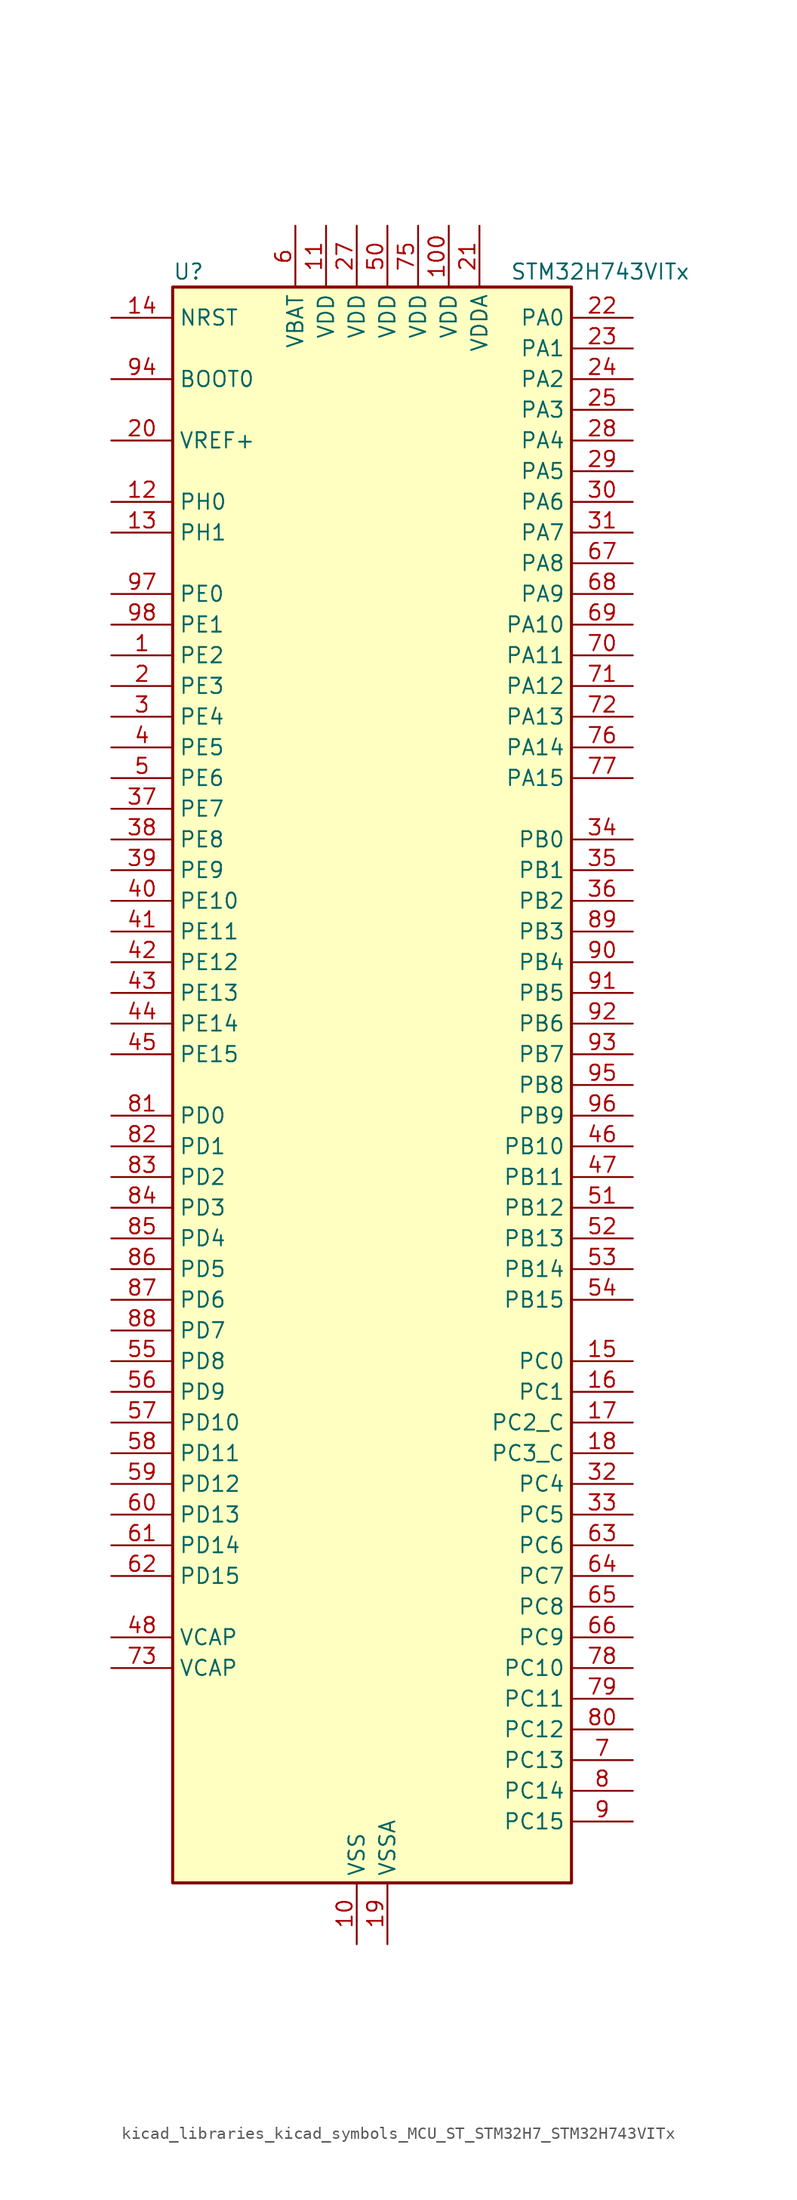
<source format=kicad_sym>
(kicad_symbol_lib
  (version 20220914)
  (generator kicad_symbol_editor)
  (symbol "kicad_libraries_kicad_symbols_MCU_ST_STM32H7_STM32H743VITx"
    (property "Reference" "U"
      (at -15.24 67.31 0)
      (effects (font (size 1.27 1.27)) (justify left)))
    (property "Value" "STM32H743VITx"
      (at 12.7 67.31 0)
      (effects (font (size 1.27 1.27)) (justify left)))
    (property "ki_locked" ""
      (at 0 0 0)
      (effects (font (size 1.27 1.27))))
    (symbol "kicad_libraries_kicad_symbols_MCU_ST_STM32H7_STM32H743VITx_0_1"
      (rectangle (start -15.24 -66.04) (end 17.78 66.04) (stroke (width 0.254) (type default)) (fill (type background))))
    (symbol "kicad_libraries_kicad_symbols_MCU_ST_STM32H7_STM32H743VITx_1_1"
      (pin bidirectional line (at -20.32 35.56 0) (length 5.08) (name "PE2" (effects (font (size 1.27 1.27)))) (number "1" (effects (font (size 1.27 1.27)))) (alternate "DEBUG_TRACECLK" bidirectional line) (alternate "ETH_TXD3" bidirectional line) (alternate "FMC_A23" bidirectional line) (alternate "QUADSPI_BK1_IO2" bidirectional line) (alternate "SAI1_CK1" bidirectional line) (alternate "SAI1_MCLK_A" bidirectional line) (alternate "SAI4_CK1" bidirectional line) (alternate "SAI4_MCLK_A" bidirectional line) (alternate "SPI4_SCK" bidirectional line))
      (pin power_in line (at 0 -71.12 90) (length 5.08) (name "VSS" (effects (font (size 1.27 1.27)))) (number "10" (effects (font (size 1.27 1.27)))))
      (pin power_in line (at 7.62 71.12 270) (length 5.08) (name "VDD" (effects (font (size 1.27 1.27)))) (number "100" (effects (font (size 1.27 1.27)))))
      (pin power_in line (at -2.54 71.12 270) (length 5.08) (name "VDD" (effects (font (size 1.27 1.27)))) (number "11" (effects (font (size 1.27 1.27)))))
      (pin bidirectional line (at -20.32 48.26 0) (length 5.08) (name "PH0" (effects (font (size 1.27 1.27)))) (number "12" (effects (font (size 1.27 1.27)))) (alternate "RCC_OSC_IN" bidirectional line))
      (pin bidirectional line (at -20.32 45.72 0) (length 5.08) (name "PH1" (effects (font (size 1.27 1.27)))) (number "13" (effects (font (size 1.27 1.27)))) (alternate "RCC_OSC_OUT" bidirectional line))
      (pin input line (at -20.32 63.5 0) (length 5.08) (name "NRST" (effects (font (size 1.27 1.27)))) (number "14" (effects (font (size 1.27 1.27)))))
      (pin bidirectional line (at 22.86 -22.86 180) (length 5.08) (name "PC0" (effects (font (size 1.27 1.27)))) (number "15" (effects (font (size 1.27 1.27)))) (alternate "ADC1_INP10" bidirectional line) (alternate "ADC2_INP10" bidirectional line) (alternate "ADC3_INP10" bidirectional line) (alternate "DFSDM1_CKIN0" bidirectional line) (alternate "DFSDM1_DATIN4" bidirectional line) (alternate "FMC_SDNWE" bidirectional line) (alternate "LTDC_R5" bidirectional line) (alternate "SAI2_FS_B" bidirectional line) (alternate "USB_OTG_HS_ULPI_STP" bidirectional line))
      (pin bidirectional line (at 22.86 -25.4 180) (length 5.08) (name "PC1" (effects (font (size 1.27 1.27)))) (number "16" (effects (font (size 1.27 1.27)))) (alternate "ADC1_INN10" bidirectional line) (alternate "ADC1_INP11" bidirectional line) (alternate "ADC2_INN10" bidirectional line) (alternate "ADC2_INP11" bidirectional line) (alternate "ADC3_INN10" bidirectional line) (alternate "ADC3_INP11" bidirectional line) (alternate "DEBUG_TRACED0" bidirectional line) (alternate "DFSDM1_CKIN4" bidirectional line) (alternate "DFSDM1_DATIN0" bidirectional line) (alternate "ETH_MDC" bidirectional line) (alternate "I2S2_SDO" bidirectional line) (alternate "MDIOS_MDC" bidirectional line) (alternate "PWR_WKUP5" bidirectional line) (alternate "RTC_TAMP3" bidirectional line) (alternate "SAI1_D1" bidirectional line) (alternate "SAI1_SD_A" bidirectional line) (alternate "SAI4_D1" bidirectional line) (alternate "SAI4_SD_A" bidirectional line) (alternate "SDMMC2_CK" bidirectional line) (alternate "SPI2_MOSI" bidirectional line))
      (pin bidirectional line (at 22.86 -27.94 180) (length 5.08) (name "PC2_C" (effects (font (size 1.27 1.27)))) (number "17" (effects (font (size 1.27 1.27)))) (alternate "ADC3_INN1" bidirectional line) (alternate "ADC3_INP0" bidirectional line) (alternate "DFSDM1_CKIN1" bidirectional line) (alternate "DFSDM1_CKOUT" bidirectional line) (alternate "ETH_TXD2" bidirectional line) (alternate "FMC_SDNE0" bidirectional line) (alternate "I2S2_SDI" bidirectional line) (alternate "PWR_CSTOP" bidirectional line) (alternate "SPI2_MISO" bidirectional line) (alternate "USB_OTG_HS_ULPI_DIR" bidirectional line))
      (pin bidirectional line (at 22.86 -30.48 180) (length 5.08) (name "PC3_C" (effects (font (size 1.27 1.27)))) (number "18" (effects (font (size 1.27 1.27)))) (alternate "ADC3_INP1" bidirectional line) (alternate "DFSDM1_DATIN1" bidirectional line) (alternate "ETH_TX_CLK" bidirectional line) (alternate "FMC_SDCKE0" bidirectional line) (alternate "I2S2_SDO" bidirectional line) (alternate "PWR_CSLEEP" bidirectional line) (alternate "SPI2_MOSI" bidirectional line) (alternate "USB_OTG_HS_ULPI_NXT" bidirectional line))
      (pin power_in line (at 2.54 -71.12 90) (length 5.08) (name "VSSA" (effects (font (size 1.27 1.27)))) (number "19" (effects (font (size 1.27 1.27)))))
      (pin bidirectional line (at -20.32 33.02 0) (length 5.08) (name "PE3" (effects (font (size 1.27 1.27)))) (number "2" (effects (font (size 1.27 1.27)))) (alternate "DEBUG_TRACED0" bidirectional line) (alternate "FMC_A19" bidirectional line) (alternate "SAI1_SD_B" bidirectional line) (alternate "SAI4_SD_B" bidirectional line) (alternate "TIM15_BKIN" bidirectional line))
      (pin input line (at -20.32 53.34 0) (length 5.08) (name "VREF+" (effects (font (size 1.27 1.27)))) (number "20" (effects (font (size 1.27 1.27)))) (alternate "VREFBUF_OUT" bidirectional line))
      (pin power_in line (at 10.16 71.12 270) (length 5.08) (name "VDDA" (effects (font (size 1.27 1.27)))) (number "21" (effects (font (size 1.27 1.27)))))
      (pin bidirectional line (at 22.86 63.5 180) (length 5.08) (name "PA0" (effects (font (size 1.27 1.27)))) (number "22" (effects (font (size 1.27 1.27)))) (alternate "ADC1_INP16" bidirectional line) (alternate "ETH_CRS" bidirectional line) (alternate "PWR_WKUP0" bidirectional line) (alternate "SAI2_SD_B" bidirectional line) (alternate "SDMMC2_CMD" bidirectional line) (alternate "TIM15_BKIN" bidirectional line) (alternate "TIM2_CH1" bidirectional line) (alternate "TIM2_ETR" bidirectional line) (alternate "TIM5_CH1" bidirectional line) (alternate "TIM8_ETR" bidirectional line) (alternate "UART4_TX" bidirectional line) (alternate "USART2_CTS" bidirectional line) (alternate "USART2_NSS" bidirectional line))
      (pin bidirectional line (at 22.86 60.96 180) (length 5.08) (name "PA1" (effects (font (size 1.27 1.27)))) (number "23" (effects (font (size 1.27 1.27)))) (alternate "ADC1_INN16" bidirectional line) (alternate "ADC1_INP17" bidirectional line) (alternate "ETH_REF_CLK" bidirectional line) (alternate "ETH_RX_CLK" bidirectional line) (alternate "LPTIM3_OUT" bidirectional line) (alternate "LTDC_R2" bidirectional line) (alternate "QUADSPI_BK1_IO3" bidirectional line) (alternate "SAI2_MCLK_B" bidirectional line) (alternate "TIM15_CH1N" bidirectional line) (alternate "TIM2_CH2" bidirectional line) (alternate "TIM5_CH2" bidirectional line) (alternate "UART4_RX" bidirectional line) (alternate "USART2_DE" bidirectional line) (alternate "USART2_RTS" bidirectional line))
      (pin bidirectional line (at 22.86 58.42 180) (length 5.08) (name "PA2" (effects (font (size 1.27 1.27)))) (number "24" (effects (font (size 1.27 1.27)))) (alternate "ADC1_INP14" bidirectional line) (alternate "ADC2_INP14" bidirectional line) (alternate "ETH_MDIO" bidirectional line) (alternate "LPTIM4_OUT" bidirectional line) (alternate "LTDC_R1" bidirectional line) (alternate "MDIOS_MDIO" bidirectional line) (alternate "PWR_WKUP1" bidirectional line) (alternate "SAI2_SCK_B" bidirectional line) (alternate "TIM15_CH1" bidirectional line) (alternate "TIM2_CH3" bidirectional line) (alternate "TIM5_CH3" bidirectional line) (alternate "USART2_TX" bidirectional line))
      (pin bidirectional line (at 22.86 55.88 180) (length 5.08) (name "PA3" (effects (font (size 1.27 1.27)))) (number "25" (effects (font (size 1.27 1.27)))) (alternate "ADC1_INP15" bidirectional line) (alternate "ADC2_INP15" bidirectional line) (alternate "ETH_COL" bidirectional line) (alternate "LPTIM5_OUT" bidirectional line) (alternate "LTDC_B2" bidirectional line) (alternate "LTDC_B5" bidirectional line) (alternate "TIM15_CH2" bidirectional line) (alternate "TIM2_CH4" bidirectional line) (alternate "TIM5_CH4" bidirectional line) (alternate "USART2_RX" bidirectional line) (alternate "USB_OTG_HS_ULPI_D0" bidirectional line))
      (pin passive line (at 0 -71.12 90) (length 5.08) hide (name "VSS" (effects (font (size 1.27 1.27)))) (number "26" (effects (font (size 1.27 1.27)))))
      (pin power_in line (at 0 71.12 270) (length 5.08) (name "VDD" (effects (font (size 1.27 1.27)))) (number "27" (effects (font (size 1.27 1.27)))))
      (pin bidirectional line (at 22.86 53.34 180) (length 5.08) (name "PA4" (effects (font (size 1.27 1.27)))) (number "28" (effects (font (size 1.27 1.27)))) (alternate "ADC1_INP18" bidirectional line) (alternate "ADC2_INP18" bidirectional line) (alternate "DAC1_OUT1" bidirectional line) (alternate "DCMI_HSYNC" bidirectional line) (alternate "I2S1_WS" bidirectional line) (alternate "I2S3_WS" bidirectional line) (alternate "LTDC_VSYNC" bidirectional line) (alternate "SPI1_NSS" bidirectional line) (alternate "SPI3_NSS" bidirectional line) (alternate "SPI6_NSS" bidirectional line) (alternate "TIM5_ETR" bidirectional line) (alternate "USART2_CK" bidirectional line) (alternate "USB_OTG_HS_SOF" bidirectional line))
      (pin bidirectional line (at 22.86 50.8 180) (length 5.08) (name "PA5" (effects (font (size 1.27 1.27)))) (number "29" (effects (font (size 1.27 1.27)))) (alternate "ADC1_INN18" bidirectional line) (alternate "ADC1_INP19" bidirectional line) (alternate "ADC2_INN18" bidirectional line) (alternate "ADC2_INP19" bidirectional line) (alternate "DAC1_OUT2" bidirectional line) (alternate "I2S1_CK" bidirectional line) (alternate "LTDC_R4" bidirectional line) (alternate "PWR_NDSTOP2" bidirectional line) (alternate "SPI1_SCK" bidirectional line) (alternate "SPI6_SCK" bidirectional line) (alternate "TIM2_CH1" bidirectional line) (alternate "TIM2_ETR" bidirectional line) (alternate "TIM8_CH1N" bidirectional line) (alternate "USB_OTG_HS_ULPI_CK" bidirectional line))
      (pin bidirectional line (at -20.32 30.48 0) (length 5.08) (name "PE4" (effects (font (size 1.27 1.27)))) (number "3" (effects (font (size 1.27 1.27)))) (alternate "DCMI_D4" bidirectional line) (alternate "DEBUG_TRACED1" bidirectional line) (alternate "DFSDM1_DATIN3" bidirectional line) (alternate "FMC_A20" bidirectional line) (alternate "LTDC_B0" bidirectional line) (alternate "SAI1_D2" bidirectional line) (alternate "SAI1_FS_A" bidirectional line) (alternate "SAI4_D2" bidirectional line) (alternate "SAI4_FS_A" bidirectional line) (alternate "SPI4_NSS" bidirectional line) (alternate "TIM15_CH1N" bidirectional line))
      (pin bidirectional line (at 22.86 48.26 180) (length 5.08) (name "PA6" (effects (font (size 1.27 1.27)))) (number "30" (effects (font (size 1.27 1.27)))) (alternate "ADC1_INP3" bidirectional line) (alternate "ADC2_INP3" bidirectional line) (alternate "DCMI_PIXCLK" bidirectional line) (alternate "I2S1_SDI" bidirectional line) (alternate "LTDC_G2" bidirectional line) (alternate "MDIOS_MDC" bidirectional line) (alternate "SPI1_MISO" bidirectional line) (alternate "SPI6_MISO" bidirectional line) (alternate "TIM13_CH1" bidirectional line) (alternate "TIM1_BKIN" bidirectional line) (alternate "TIM1_BKIN_COMP1" bidirectional line) (alternate "TIM1_BKIN_COMP2" bidirectional line) (alternate "TIM3_CH1" bidirectional line) (alternate "TIM8_BKIN" bidirectional line) (alternate "TIM8_BKIN_COMP1" bidirectional line) (alternate "TIM8_BKIN_COMP2" bidirectional line))
      (pin bidirectional line (at 22.86 45.72 180) (length 5.08) (name "PA7" (effects (font (size 1.27 1.27)))) (number "31" (effects (font (size 1.27 1.27)))) (alternate "ADC1_INN3" bidirectional line) (alternate "ADC1_INP7" bidirectional line) (alternate "ADC2_INN3" bidirectional line) (alternate "ADC2_INP7" bidirectional line) (alternate "ETH_CRS_DV" bidirectional line) (alternate "ETH_RX_DV" bidirectional line) (alternate "FMC_SDNWE" bidirectional line) (alternate "I2S1_SDO" bidirectional line) (alternate "OPAMP1_VINM" bidirectional line) (alternate "OPAMP1_VINM1" bidirectional line) (alternate "SPI1_MOSI" bidirectional line) (alternate "SPI6_MOSI" bidirectional line) (alternate "TIM14_CH1" bidirectional line) (alternate "TIM1_CH1N" bidirectional line) (alternate "TIM3_CH2" bidirectional line) (alternate "TIM8_CH1N" bidirectional line))
      (pin bidirectional line (at 22.86 -33.02 180) (length 5.08) (name "PC4" (effects (font (size 1.27 1.27)))) (number "32" (effects (font (size 1.27 1.27)))) (alternate "ADC1_INP4" bidirectional line) (alternate "ADC2_INP4" bidirectional line) (alternate "COMP1_INM" bidirectional line) (alternate "DFSDM1_CKIN2" bidirectional line) (alternate "ETH_RXD0" bidirectional line) (alternate "FMC_SDNE0" bidirectional line) (alternate "I2S1_MCK" bidirectional line) (alternate "OPAMP1_VOUT" bidirectional line) (alternate "SPDIFRX1_IN2" bidirectional line))
      (pin bidirectional line (at 22.86 -35.56 180) (length 5.08) (name "PC5" (effects (font (size 1.27 1.27)))) (number "33" (effects (font (size 1.27 1.27)))) (alternate "ADC1_INN4" bidirectional line) (alternate "ADC1_INP8" bidirectional line) (alternate "ADC2_INN4" bidirectional line) (alternate "ADC2_INP8" bidirectional line) (alternate "COMP1_OUT" bidirectional line) (alternate "DFSDM1_DATIN2" bidirectional line) (alternate "ETH_RXD1" bidirectional line) (alternate "FMC_SDCKE0" bidirectional line) (alternate "OPAMP1_VINM" bidirectional line) (alternate "OPAMP1_VINM0" bidirectional line) (alternate "SAI1_D3" bidirectional line) (alternate "SAI4_D3" bidirectional line) (alternate "SPDIFRX1_IN3" bidirectional line))
      (pin bidirectional line (at 22.86 20.32 180) (length 5.08) (name "PB0" (effects (font (size 1.27 1.27)))) (number "34" (effects (font (size 1.27 1.27)))) (alternate "ADC1_INN5" bidirectional line) (alternate "ADC1_INP9" bidirectional line) (alternate "ADC2_INN5" bidirectional line) (alternate "ADC2_INP9" bidirectional line) (alternate "COMP1_INP" bidirectional line) (alternate "DFSDM1_CKOUT" bidirectional line) (alternate "ETH_RXD2" bidirectional line) (alternate "LTDC_G1" bidirectional line) (alternate "LTDC_R3" bidirectional line) (alternate "OPAMP1_VINP" bidirectional line) (alternate "TIM1_CH2N" bidirectional line) (alternate "TIM3_CH3" bidirectional line) (alternate "TIM8_CH2N" bidirectional line) (alternate "UART4_CTS" bidirectional line) (alternate "USB_OTG_HS_ULPI_D1" bidirectional line))
      (pin bidirectional line (at 22.86 17.78 180) (length 5.08) (name "PB1" (effects (font (size 1.27 1.27)))) (number "35" (effects (font (size 1.27 1.27)))) (alternate "ADC1_INP5" bidirectional line) (alternate "ADC2_INP5" bidirectional line) (alternate "COMP1_INM" bidirectional line) (alternate "DFSDM1_DATIN1" bidirectional line) (alternate "ETH_RXD3" bidirectional line) (alternate "LTDC_G0" bidirectional line) (alternate "LTDC_R6" bidirectional line) (alternate "TIM1_CH3N" bidirectional line) (alternate "TIM3_CH4" bidirectional line) (alternate "TIM8_CH3N" bidirectional line) (alternate "USB_OTG_HS_ULPI_D2" bidirectional line))
      (pin bidirectional line (at 22.86 15.24 180) (length 5.08) (name "PB2" (effects (font (size 1.27 1.27)))) (number "36" (effects (font (size 1.27 1.27)))) (alternate "COMP1_INP" bidirectional line) (alternate "DFSDM1_CKIN1" bidirectional line) (alternate "I2S3_SDO" bidirectional line) (alternate "QUADSPI_CLK" bidirectional line) (alternate "RTC_OUT_ALARM" bidirectional line) (alternate "RTC_OUT_CALIB" bidirectional line) (alternate "SAI1_D1" bidirectional line) (alternate "SAI1_SD_A" bidirectional line) (alternate "SAI4_D1" bidirectional line) (alternate "SAI4_SD_A" bidirectional line) (alternate "SPI3_MOSI" bidirectional line))
      (pin bidirectional line (at -20.32 22.86 0) (length 5.08) (name "PE7" (effects (font (size 1.27 1.27)))) (number "37" (effects (font (size 1.27 1.27)))) (alternate "COMP2_INM" bidirectional line) (alternate "DFSDM1_DATIN2" bidirectional line) (alternate "FMC_D4" bidirectional line) (alternate "FMC_DA4" bidirectional line) (alternate "OPAMP2_VOUT" bidirectional line) (alternate "QUADSPI_BK2_IO0" bidirectional line) (alternate "TIM1_ETR" bidirectional line) (alternate "UART7_RX" bidirectional line))
      (pin bidirectional line (at -20.32 20.32 0) (length 5.08) (name "PE8" (effects (font (size 1.27 1.27)))) (number "38" (effects (font (size 1.27 1.27)))) (alternate "COMP2_OUT" bidirectional line) (alternate "DFSDM1_CKIN2" bidirectional line) (alternate "FMC_D5" bidirectional line) (alternate "FMC_DA5" bidirectional line) (alternate "OPAMP2_VINM" bidirectional line) (alternate "OPAMP2_VINM0" bidirectional line) (alternate "QUADSPI_BK2_IO1" bidirectional line) (alternate "TIM1_CH1N" bidirectional line) (alternate "UART7_TX" bidirectional line))
      (pin bidirectional line (at -20.32 17.78 0) (length 5.08) (name "PE9" (effects (font (size 1.27 1.27)))) (number "39" (effects (font (size 1.27 1.27)))) (alternate "COMP2_INP" bidirectional line) (alternate "DAC1_EXTI9" bidirectional line) (alternate "DFSDM1_CKOUT" bidirectional line) (alternate "FMC_D6" bidirectional line) (alternate "FMC_DA6" bidirectional line) (alternate "OPAMP2_VINP" bidirectional line) (alternate "QUADSPI_BK2_IO2" bidirectional line) (alternate "TIM1_CH1" bidirectional line) (alternate "UART7_DE" bidirectional line) (alternate "UART7_RTS" bidirectional line))
      (pin bidirectional line (at -20.32 27.94 0) (length 5.08) (name "PE5" (effects (font (size 1.27 1.27)))) (number "4" (effects (font (size 1.27 1.27)))) (alternate "DCMI_D6" bidirectional line) (alternate "DEBUG_TRACED2" bidirectional line) (alternate "DFSDM1_CKIN3" bidirectional line) (alternate "FMC_A21" bidirectional line) (alternate "LTDC_G0" bidirectional line) (alternate "SAI1_CK2" bidirectional line) (alternate "SAI1_SCK_A" bidirectional line) (alternate "SAI4_CK2" bidirectional line) (alternate "SAI4_SCK_A" bidirectional line) (alternate "SPI4_MISO" bidirectional line) (alternate "TIM15_CH1" bidirectional line))
      (pin bidirectional line (at -20.32 15.24 0) (length 5.08) (name "PE10" (effects (font (size 1.27 1.27)))) (number "40" (effects (font (size 1.27 1.27)))) (alternate "COMP2_INM" bidirectional line) (alternate "DFSDM1_DATIN4" bidirectional line) (alternate "FMC_D7" bidirectional line) (alternate "FMC_DA7" bidirectional line) (alternate "QUADSPI_BK2_IO3" bidirectional line) (alternate "TIM1_CH2N" bidirectional line) (alternate "UART7_CTS" bidirectional line))
      (pin bidirectional line (at -20.32 12.7 0) (length 5.08) (name "PE11" (effects (font (size 1.27 1.27)))) (number "41" (effects (font (size 1.27 1.27)))) (alternate "ADC1_EXTI11" bidirectional line) (alternate "ADC2_EXTI11" bidirectional line) (alternate "ADC3_EXTI11" bidirectional line) (alternate "COMP2_INP" bidirectional line) (alternate "DFSDM1_CKIN4" bidirectional line) (alternate "FMC_D8" bidirectional line) (alternate "FMC_DA8" bidirectional line) (alternate "LTDC_G3" bidirectional line) (alternate "SAI2_SD_B" bidirectional line) (alternate "SPI4_NSS" bidirectional line) (alternate "TIM1_CH2" bidirectional line))
      (pin bidirectional line (at -20.32 10.16 0) (length 5.08) (name "PE12" (effects (font (size 1.27 1.27)))) (number "42" (effects (font (size 1.27 1.27)))) (alternate "COMP1_OUT" bidirectional line) (alternate "DFSDM1_DATIN5" bidirectional line) (alternate "FMC_D9" bidirectional line) (alternate "FMC_DA9" bidirectional line) (alternate "LTDC_B4" bidirectional line) (alternate "SAI2_SCK_B" bidirectional line) (alternate "SPI4_SCK" bidirectional line) (alternate "TIM1_CH3N" bidirectional line))
      (pin bidirectional line (at -20.32 7.62 0) (length 5.08) (name "PE13" (effects (font (size 1.27 1.27)))) (number "43" (effects (font (size 1.27 1.27)))) (alternate "COMP2_OUT" bidirectional line) (alternate "DFSDM1_CKIN5" bidirectional line) (alternate "FMC_D10" bidirectional line) (alternate "FMC_DA10" bidirectional line) (alternate "LTDC_DE" bidirectional line) (alternate "SAI2_FS_B" bidirectional line) (alternate "SPI4_MISO" bidirectional line) (alternate "TIM1_CH3" bidirectional line))
      (pin bidirectional line (at -20.32 5.08 0) (length 5.08) (name "PE14" (effects (font (size 1.27 1.27)))) (number "44" (effects (font (size 1.27 1.27)))) (alternate "FMC_D11" bidirectional line) (alternate "FMC_DA11" bidirectional line) (alternate "LTDC_CLK" bidirectional line) (alternate "SAI2_MCLK_B" bidirectional line) (alternate "SPI4_MOSI" bidirectional line) (alternate "TIM1_CH4" bidirectional line))
      (pin bidirectional line (at -20.32 2.54 0) (length 5.08) (name "PE15" (effects (font (size 1.27 1.27)))) (number "45" (effects (font (size 1.27 1.27)))) (alternate "ADC1_EXTI15" bidirectional line) (alternate "ADC2_EXTI15" bidirectional line) (alternate "ADC3_EXTI15" bidirectional line) (alternate "FMC_D12" bidirectional line) (alternate "FMC_DA12" bidirectional line) (alternate "LTDC_R7" bidirectional line) (alternate "TIM1_BKIN" bidirectional line) (alternate "TIM1_BKIN_COMP1" bidirectional line) (alternate "TIM1_BKIN_COMP2" bidirectional line))
      (pin bidirectional line (at 22.86 -5.08 180) (length 5.08) (name "PB10" (effects (font (size 1.27 1.27)))) (number "46" (effects (font (size 1.27 1.27)))) (alternate "DFSDM1_DATIN7" bidirectional line) (alternate "ETH_RX_ER" bidirectional line) (alternate "HRTIM_SCOUT" bidirectional line) (alternate "I2C2_SCL" bidirectional line) (alternate "I2S2_CK" bidirectional line) (alternate "LPTIM2_IN1" bidirectional line) (alternate "LTDC_G4" bidirectional line) (alternate "QUADSPI_BK1_NCS" bidirectional line) (alternate "SPI2_SCK" bidirectional line) (alternate "TIM2_CH3" bidirectional line) (alternate "USART3_TX" bidirectional line) (alternate "USB_OTG_HS_ULPI_D3" bidirectional line))
      (pin bidirectional line (at 22.86 -7.62 180) (length 5.08) (name "PB11" (effects (font (size 1.27 1.27)))) (number "47" (effects (font (size 1.27 1.27)))) (alternate "ADC1_EXTI11" bidirectional line) (alternate "ADC2_EXTI11" bidirectional line) (alternate "ADC3_EXTI11" bidirectional line) (alternate "DFSDM1_CKIN7" bidirectional line) (alternate "ETH_TX_EN" bidirectional line) (alternate "HRTIM_SCIN" bidirectional line) (alternate "I2C2_SDA" bidirectional line) (alternate "LPTIM2_ETR" bidirectional line) (alternate "LTDC_G5" bidirectional line) (alternate "TIM2_CH4" bidirectional line) (alternate "USART3_RX" bidirectional line) (alternate "USB_OTG_HS_ULPI_D4" bidirectional line))
      (pin power_out line (at -20.32 -45.72 0) (length 5.08) (name "VCAP" (effects (font (size 1.27 1.27)))) (number "48" (effects (font (size 1.27 1.27)))))
      (pin passive line (at 0 -71.12 90) (length 5.08) hide (name "VSS" (effects (font (size 1.27 1.27)))) (number "49" (effects (font (size 1.27 1.27)))))
      (pin bidirectional line (at -20.32 25.4 0) (length 5.08) (name "PE6" (effects (font (size 1.27 1.27)))) (number "5" (effects (font (size 1.27 1.27)))) (alternate "DCMI_D7" bidirectional line) (alternate "DEBUG_TRACED3" bidirectional line) (alternate "FMC_A22" bidirectional line) (alternate "LTDC_G1" bidirectional line) (alternate "SAI1_D1" bidirectional line) (alternate "SAI1_SD_A" bidirectional line) (alternate "SAI2_MCLK_B" bidirectional line) (alternate "SAI4_D1" bidirectional line) (alternate "SAI4_SD_A" bidirectional line) (alternate "SPI4_MOSI" bidirectional line) (alternate "TIM15_CH2" bidirectional line) (alternate "TIM1_BKIN2" bidirectional line) (alternate "TIM1_BKIN2_COMP1" bidirectional line) (alternate "TIM1_BKIN2_COMP2" bidirectional line))
      (pin power_in line (at 2.54 71.12 270) (length 5.08) (name "VDD" (effects (font (size 1.27 1.27)))) (number "50" (effects (font (size 1.27 1.27)))))
      (pin bidirectional line (at 22.86 -10.16 180) (length 5.08) (name "PB12" (effects (font (size 1.27 1.27)))) (number "51" (effects (font (size 1.27 1.27)))) (alternate "DFSDM1_DATIN1" bidirectional line) (alternate "ETH_TXD0" bidirectional line) (alternate "FDCAN2_RX" bidirectional line) (alternate "I2C2_SMBA" bidirectional line) (alternate "I2S2_WS" bidirectional line) (alternate "SPI2_NSS" bidirectional line) (alternate "TIM1_BKIN" bidirectional line) (alternate "TIM1_BKIN_COMP1" bidirectional line) (alternate "TIM1_BKIN_COMP2" bidirectional line) (alternate "UART5_RX" bidirectional line) (alternate "USART3_CK" bidirectional line) (alternate "USB_OTG_HS_ID" bidirectional line) (alternate "USB_OTG_HS_ULPI_D5" bidirectional line))
      (pin bidirectional line (at 22.86 -12.7 180) (length 5.08) (name "PB13" (effects (font (size 1.27 1.27)))) (number "52" (effects (font (size 1.27 1.27)))) (alternate "DFSDM1_CKIN1" bidirectional line) (alternate "ETH_TXD1" bidirectional line) (alternate "FDCAN2_TX" bidirectional line) (alternate "I2S2_CK" bidirectional line) (alternate "LPTIM2_OUT" bidirectional line) (alternate "SPI2_SCK" bidirectional line) (alternate "TIM1_CH1N" bidirectional line) (alternate "UART5_TX" bidirectional line) (alternate "USART3_CTS" bidirectional line) (alternate "USART3_NSS" bidirectional line) (alternate "USB_OTG_HS_ULPI_D6" bidirectional line) (alternate "USB_OTG_HS_VBUS" bidirectional line))
      (pin bidirectional line (at 22.86 -15.24 180) (length 5.08) (name "PB14" (effects (font (size 1.27 1.27)))) (number "53" (effects (font (size 1.27 1.27)))) (alternate "DFSDM1_DATIN2" bidirectional line) (alternate "I2S2_SDI" bidirectional line) (alternate "SDMMC2_D0" bidirectional line) (alternate "SPI2_MISO" bidirectional line) (alternate "TIM12_CH1" bidirectional line) (alternate "TIM1_CH2N" bidirectional line) (alternate "TIM8_CH2N" bidirectional line) (alternate "UART4_DE" bidirectional line) (alternate "UART4_RTS" bidirectional line) (alternate "USART1_TX" bidirectional line) (alternate "USART3_DE" bidirectional line) (alternate "USART3_RTS" bidirectional line) (alternate "USB_OTG_HS_DM" bidirectional line))
      (pin bidirectional line (at 22.86 -17.78 180) (length 5.08) (name "PB15" (effects (font (size 1.27 1.27)))) (number "54" (effects (font (size 1.27 1.27)))) (alternate "ADC1_EXTI15" bidirectional line) (alternate "ADC2_EXTI15" bidirectional line) (alternate "ADC3_EXTI15" bidirectional line) (alternate "DFSDM1_CKIN2" bidirectional line) (alternate "I2S2_SDO" bidirectional line) (alternate "RTC_REFIN" bidirectional line) (alternate "SDMMC2_D1" bidirectional line) (alternate "SPI2_MOSI" bidirectional line) (alternate "TIM12_CH2" bidirectional line) (alternate "TIM1_CH3N" bidirectional line) (alternate "TIM8_CH3N" bidirectional line) (alternate "UART4_CTS" bidirectional line) (alternate "USART1_RX" bidirectional line) (alternate "USB_OTG_HS_DP" bidirectional line))
      (pin bidirectional line (at -20.32 -22.86 0) (length 5.08) (name "PD8" (effects (font (size 1.27 1.27)))) (number "55" (effects (font (size 1.27 1.27)))) (alternate "DFSDM1_CKIN3" bidirectional line) (alternate "FMC_D13" bidirectional line) (alternate "FMC_DA13" bidirectional line) (alternate "SAI3_SCK_B" bidirectional line) (alternate "SPDIFRX1_IN1" bidirectional line) (alternate "USART3_TX" bidirectional line))
      (pin bidirectional line (at -20.32 -25.4 0) (length 5.08) (name "PD9" (effects (font (size 1.27 1.27)))) (number "56" (effects (font (size 1.27 1.27)))) (alternate "DAC1_EXTI9" bidirectional line) (alternate "DFSDM1_DATIN3" bidirectional line) (alternate "FMC_D14" bidirectional line) (alternate "FMC_DA14" bidirectional line) (alternate "SAI3_SD_B" bidirectional line) (alternate "USART3_RX" bidirectional line))
      (pin bidirectional line (at -20.32 -27.94 0) (length 5.08) (name "PD10" (effects (font (size 1.27 1.27)))) (number "57" (effects (font (size 1.27 1.27)))) (alternate "DFSDM1_CKOUT" bidirectional line) (alternate "FMC_D15" bidirectional line) (alternate "FMC_DA15" bidirectional line) (alternate "LTDC_B3" bidirectional line) (alternate "SAI3_FS_B" bidirectional line) (alternate "USART3_CK" bidirectional line))
      (pin bidirectional line (at -20.32 -30.48 0) (length 5.08) (name "PD11" (effects (font (size 1.27 1.27)))) (number "58" (effects (font (size 1.27 1.27)))) (alternate "ADC1_EXTI11" bidirectional line) (alternate "ADC2_EXTI11" bidirectional line) (alternate "ADC3_EXTI11" bidirectional line) (alternate "FMC_A16" bidirectional line) (alternate "FMC_CLE" bidirectional line) (alternate "I2C4_SMBA" bidirectional line) (alternate "LPTIM2_IN2" bidirectional line) (alternate "QUADSPI_BK1_IO0" bidirectional line) (alternate "SAI2_SD_A" bidirectional line) (alternate "USART3_CTS" bidirectional line) (alternate "USART3_NSS" bidirectional line))
      (pin bidirectional line (at -20.32 -33.02 0) (length 5.08) (name "PD12" (effects (font (size 1.27 1.27)))) (number "59" (effects (font (size 1.27 1.27)))) (alternate "FMC_A17" bidirectional line) (alternate "FMC_ALE" bidirectional line) (alternate "I2C4_SCL" bidirectional line) (alternate "LPTIM1_IN1" bidirectional line) (alternate "LPTIM2_IN1" bidirectional line) (alternate "QUADSPI_BK1_IO1" bidirectional line) (alternate "SAI2_FS_A" bidirectional line) (alternate "TIM4_CH1" bidirectional line) (alternate "USART3_DE" bidirectional line) (alternate "USART3_RTS" bidirectional line))
      (pin power_in line (at -5.08 71.12 270) (length 5.08) (name "VBAT" (effects (font (size 1.27 1.27)))) (number "6" (effects (font (size 1.27 1.27)))))
      (pin bidirectional line (at -20.32 -35.56 0) (length 5.08) (name "PD13" (effects (font (size 1.27 1.27)))) (number "60" (effects (font (size 1.27 1.27)))) (alternate "FMC_A18" bidirectional line) (alternate "I2C4_SDA" bidirectional line) (alternate "LPTIM1_OUT" bidirectional line) (alternate "QUADSPI_BK1_IO3" bidirectional line) (alternate "SAI2_SCK_A" bidirectional line) (alternate "TIM4_CH2" bidirectional line))
      (pin bidirectional line (at -20.32 -38.1 0) (length 5.08) (name "PD14" (effects (font (size 1.27 1.27)))) (number "61" (effects (font (size 1.27 1.27)))) (alternate "FMC_D0" bidirectional line) (alternate "FMC_DA0" bidirectional line) (alternate "SAI3_MCLK_B" bidirectional line) (alternate "TIM4_CH3" bidirectional line) (alternate "UART8_CTS" bidirectional line))
      (pin bidirectional line (at -20.32 -40.64 0) (length 5.08) (name "PD15" (effects (font (size 1.27 1.27)))) (number "62" (effects (font (size 1.27 1.27)))) (alternate "ADC1_EXTI15" bidirectional line) (alternate "ADC2_EXTI15" bidirectional line) (alternate "ADC3_EXTI15" bidirectional line) (alternate "FMC_D1" bidirectional line) (alternate "FMC_DA1" bidirectional line) (alternate "SAI3_MCLK_A" bidirectional line) (alternate "TIM4_CH4" bidirectional line) (alternate "UART8_DE" bidirectional line) (alternate "UART8_RTS" bidirectional line))
      (pin bidirectional line (at 22.86 -38.1 180) (length 5.08) (name "PC6" (effects (font (size 1.27 1.27)))) (number "63" (effects (font (size 1.27 1.27)))) (alternate "DCMI_D0" bidirectional line) (alternate "DFSDM1_CKIN3" bidirectional line) (alternate "FMC_NWAIT" bidirectional line) (alternate "HRTIM_CHA1" bidirectional line) (alternate "I2S2_MCK" bidirectional line) (alternate "LTDC_HSYNC" bidirectional line) (alternate "SDMMC1_D0DIR" bidirectional line) (alternate "SDMMC1_D6" bidirectional line) (alternate "SDMMC2_D6" bidirectional line) (alternate "SWPMI1_IO" bidirectional line) (alternate "TIM3_CH1" bidirectional line) (alternate "TIM8_CH1" bidirectional line) (alternate "USART6_TX" bidirectional line))
      (pin bidirectional line (at 22.86 -40.64 180) (length 5.08) (name "PC7" (effects (font (size 1.27 1.27)))) (number "64" (effects (font (size 1.27 1.27)))) (alternate "DCMI_D1" bidirectional line) (alternate "DEBUG_TRGIO" bidirectional line) (alternate "DFSDM1_DATIN3" bidirectional line) (alternate "FMC_NE1" bidirectional line) (alternate "HRTIM_CHA2" bidirectional line) (alternate "I2S3_MCK" bidirectional line) (alternate "LTDC_G6" bidirectional line) (alternate "SDMMC1_D123DIR" bidirectional line) (alternate "SDMMC1_D7" bidirectional line) (alternate "SDMMC2_D7" bidirectional line) (alternate "SWPMI1_TX" bidirectional line) (alternate "TIM3_CH2" bidirectional line) (alternate "TIM8_CH2" bidirectional line) (alternate "USART6_RX" bidirectional line))
      (pin bidirectional line (at 22.86 -43.18 180) (length 5.08) (name "PC8" (effects (font (size 1.27 1.27)))) (number "65" (effects (font (size 1.27 1.27)))) (alternate "DCMI_D2" bidirectional line) (alternate "DEBUG_TRACED1" bidirectional line) (alternate "FMC_NCE" bidirectional line) (alternate "FMC_NE2" bidirectional line) (alternate "HRTIM_CHB1" bidirectional line) (alternate "SDMMC1_D0" bidirectional line) (alternate "SWPMI1_RX" bidirectional line) (alternate "TIM3_CH3" bidirectional line) (alternate "TIM8_CH3" bidirectional line) (alternate "UART5_DE" bidirectional line) (alternate "UART5_RTS" bidirectional line) (alternate "USART6_CK" bidirectional line))
      (pin bidirectional line (at 22.86 -45.72 180) (length 5.08) (name "PC9" (effects (font (size 1.27 1.27)))) (number "66" (effects (font (size 1.27 1.27)))) (alternate "DAC1_EXTI9" bidirectional line) (alternate "DCMI_D3" bidirectional line) (alternate "I2C3_SDA" bidirectional line) (alternate "I2S_CKIN" bidirectional line) (alternate "LTDC_B2" bidirectional line) (alternate "LTDC_G3" bidirectional line) (alternate "QUADSPI_BK1_IO0" bidirectional line) (alternate "RCC_MCO_2" bidirectional line) (alternate "SDMMC1_D1" bidirectional line) (alternate "SWPMI1_SUSPEND" bidirectional line) (alternate "TIM3_CH4" bidirectional line) (alternate "TIM8_CH4" bidirectional line) (alternate "UART5_CTS" bidirectional line))
      (pin bidirectional line (at 22.86 43.18 180) (length 5.08) (name "PA8" (effects (font (size 1.27 1.27)))) (number "67" (effects (font (size 1.27 1.27)))) (alternate "HRTIM_CHB2" bidirectional line) (alternate "I2C3_SCL" bidirectional line) (alternate "LTDC_B3" bidirectional line) (alternate "LTDC_R6" bidirectional line) (alternate "RCC_MCO_1" bidirectional line) (alternate "TIM1_CH1" bidirectional line) (alternate "TIM8_BKIN2" bidirectional line) (alternate "TIM8_BKIN2_COMP1" bidirectional line) (alternate "TIM8_BKIN2_COMP2" bidirectional line) (alternate "UART7_RX" bidirectional line) (alternate "USART1_CK" bidirectional line) (alternate "USB_OTG_FS_SOF" bidirectional line))
      (pin bidirectional line (at 22.86 40.64 180) (length 5.08) (name "PA9" (effects (font (size 1.27 1.27)))) (number "68" (effects (font (size 1.27 1.27)))) (alternate "DAC1_EXTI9" bidirectional line) (alternate "DCMI_D0" bidirectional line) (alternate "HRTIM_CHC1" bidirectional line) (alternate "I2C3_SMBA" bidirectional line) (alternate "I2S2_CK" bidirectional line) (alternate "LPUART1_TX" bidirectional line) (alternate "LTDC_R5" bidirectional line) (alternate "SPI2_SCK" bidirectional line) (alternate "TIM1_CH2" bidirectional line) (alternate "USART1_TX" bidirectional line) (alternate "USB_OTG_FS_VBUS" bidirectional line))
      (pin bidirectional line (at 22.86 38.1 180) (length 5.08) (name "PA10" (effects (font (size 1.27 1.27)))) (number "69" (effects (font (size 1.27 1.27)))) (alternate "DCMI_D1" bidirectional line) (alternate "HRTIM_CHC2" bidirectional line) (alternate "LPUART1_RX" bidirectional line) (alternate "LTDC_B1" bidirectional line) (alternate "LTDC_B4" bidirectional line) (alternate "MDIOS_MDIO" bidirectional line) (alternate "TIM1_CH3" bidirectional line) (alternate "USART1_RX" bidirectional line) (alternate "USB_OTG_FS_ID" bidirectional line))
      (pin bidirectional line (at 22.86 -55.88 180) (length 5.08) (name "PC13" (effects (font (size 1.27 1.27)))) (number "7" (effects (font (size 1.27 1.27)))) (alternate "PWR_WKUP2" bidirectional line) (alternate "RTC_OUT_ALARM" bidirectional line) (alternate "RTC_OUT_CALIB" bidirectional line) (alternate "RTC_TAMP1" bidirectional line) (alternate "RTC_TS" bidirectional line))
      (pin bidirectional line (at 22.86 35.56 180) (length 5.08) (name "PA11" (effects (font (size 1.27 1.27)))) (number "70" (effects (font (size 1.27 1.27)))) (alternate "ADC1_EXTI11" bidirectional line) (alternate "ADC2_EXTI11" bidirectional line) (alternate "ADC3_EXTI11" bidirectional line) (alternate "FDCAN1_RX" bidirectional line) (alternate "HRTIM_CHD1" bidirectional line) (alternate "I2S2_WS" bidirectional line) (alternate "LPUART1_CTS" bidirectional line) (alternate "LTDC_R4" bidirectional line) (alternate "SPI2_NSS" bidirectional line) (alternate "TIM1_CH4" bidirectional line) (alternate "UART4_RX" bidirectional line) (alternate "USART1_CTS" bidirectional line) (alternate "USART1_NSS" bidirectional line) (alternate "USB_OTG_FS_DM" bidirectional line))
      (pin bidirectional line (at 22.86 33.02 180) (length 5.08) (name "PA12" (effects (font (size 1.27 1.27)))) (number "71" (effects (font (size 1.27 1.27)))) (alternate "FDCAN1_TX" bidirectional line) (alternate "HRTIM_CHD2" bidirectional line) (alternate "I2S2_CK" bidirectional line) (alternate "LPUART1_DE" bidirectional line) (alternate "LPUART1_RTS" bidirectional line) (alternate "LTDC_R5" bidirectional line) (alternate "SAI2_FS_B" bidirectional line) (alternate "SPI2_SCK" bidirectional line) (alternate "TIM1_ETR" bidirectional line) (alternate "UART4_TX" bidirectional line) (alternate "USART1_DE" bidirectional line) (alternate "USART1_RTS" bidirectional line) (alternate "USB_OTG_FS_DP" bidirectional line))
      (pin bidirectional line (at 22.86 30.48 180) (length 5.08) (name "PA13" (effects (font (size 1.27 1.27)))) (number "72" (effects (font (size 1.27 1.27)))) (alternate "DEBUG_JTMS-SWDIO" bidirectional line))
      (pin power_out line (at -20.32 -48.26 0) (length 5.08) (name "VCAP" (effects (font (size 1.27 1.27)))) (number "73" (effects (font (size 1.27 1.27)))))
      (pin passive line (at 0 -71.12 90) (length 5.08) hide (name "VSS" (effects (font (size 1.27 1.27)))) (number "74" (effects (font (size 1.27 1.27)))))
      (pin power_in line (at 5.08 71.12 270) (length 5.08) (name "VDD" (effects (font (size 1.27 1.27)))) (number "75" (effects (font (size 1.27 1.27)))))
      (pin bidirectional line (at 22.86 27.94 180) (length 5.08) (name "PA14" (effects (font (size 1.27 1.27)))) (number "76" (effects (font (size 1.27 1.27)))) (alternate "DEBUG_JTCK-SWCLK" bidirectional line))
      (pin bidirectional line (at 22.86 25.4 180) (length 5.08) (name "PA15" (effects (font (size 1.27 1.27)))) (number "77" (effects (font (size 1.27 1.27)))) (alternate "ADC1_EXTI15" bidirectional line) (alternate "ADC2_EXTI15" bidirectional line) (alternate "ADC3_EXTI15" bidirectional line) (alternate "CEC" bidirectional line) (alternate "DEBUG_JTDI" bidirectional line) (alternate "HRTIM_FLT1" bidirectional line) (alternate "I2S1_WS" bidirectional line) (alternate "I2S3_WS" bidirectional line) (alternate "SPI1_NSS" bidirectional line) (alternate "SPI3_NSS" bidirectional line) (alternate "SPI6_NSS" bidirectional line) (alternate "TIM2_CH1" bidirectional line) (alternate "TIM2_ETR" bidirectional line) (alternate "UART4_DE" bidirectional line) (alternate "UART4_RTS" bidirectional line) (alternate "UART7_TX" bidirectional line))
      (pin bidirectional line (at 22.86 -48.26 180) (length 5.08) (name "PC10" (effects (font (size 1.27 1.27)))) (number "78" (effects (font (size 1.27 1.27)))) (alternate "DCMI_D8" bidirectional line) (alternate "DFSDM1_CKIN5" bidirectional line) (alternate "HRTIM_EEV1" bidirectional line) (alternate "I2S3_CK" bidirectional line) (alternate "LTDC_R2" bidirectional line) (alternate "QUADSPI_BK1_IO1" bidirectional line) (alternate "SDMMC1_D2" bidirectional line) (alternate "SPI3_SCK" bidirectional line) (alternate "UART4_TX" bidirectional line) (alternate "USART3_TX" bidirectional line))
      (pin bidirectional line (at 22.86 -50.8 180) (length 5.08) (name "PC11" (effects (font (size 1.27 1.27)))) (number "79" (effects (font (size 1.27 1.27)))) (alternate "ADC1_EXTI11" bidirectional line) (alternate "ADC2_EXTI11" bidirectional line) (alternate "ADC3_EXTI11" bidirectional line) (alternate "DCMI_D4" bidirectional line) (alternate "DFSDM1_DATIN5" bidirectional line) (alternate "HRTIM_FLT2" bidirectional line) (alternate "I2S3_SDI" bidirectional line) (alternate "QUADSPI_BK2_NCS" bidirectional line) (alternate "SDMMC1_D3" bidirectional line) (alternate "SPI3_MISO" bidirectional line) (alternate "UART4_RX" bidirectional line) (alternate "USART3_RX" bidirectional line))
      (pin bidirectional line (at 22.86 -58.42 180) (length 5.08) (name "PC14" (effects (font (size 1.27 1.27)))) (number "8" (effects (font (size 1.27 1.27)))) (alternate "RCC_OSC32_IN" bidirectional line))
      (pin bidirectional line (at 22.86 -53.34 180) (length 5.08) (name "PC12" (effects (font (size 1.27 1.27)))) (number "80" (effects (font (size 1.27 1.27)))) (alternate "DCMI_D9" bidirectional line) (alternate "DEBUG_TRACED3" bidirectional line) (alternate "HRTIM_EEV2" bidirectional line) (alternate "I2S3_SDO" bidirectional line) (alternate "SDMMC1_CK" bidirectional line) (alternate "SPI3_MOSI" bidirectional line) (alternate "UART5_TX" bidirectional line) (alternate "USART3_CK" bidirectional line))
      (pin bidirectional line (at -20.32 -2.54 0) (length 5.08) (name "PD0" (effects (font (size 1.27 1.27)))) (number "81" (effects (font (size 1.27 1.27)))) (alternate "DFSDM1_CKIN6" bidirectional line) (alternate "FDCAN1_RX" bidirectional line) (alternate "FMC_D2" bidirectional line) (alternate "FMC_DA2" bidirectional line) (alternate "SAI3_SCK_A" bidirectional line) (alternate "UART4_RX" bidirectional line))
      (pin bidirectional line (at -20.32 -5.08 0) (length 5.08) (name "PD1" (effects (font (size 1.27 1.27)))) (number "82" (effects (font (size 1.27 1.27)))) (alternate "DFSDM1_DATIN6" bidirectional line) (alternate "FDCAN1_TX" bidirectional line) (alternate "FMC_D3" bidirectional line) (alternate "FMC_DA3" bidirectional line) (alternate "SAI3_SD_A" bidirectional line) (alternate "UART4_TX" bidirectional line))
      (pin bidirectional line (at -20.32 -7.62 0) (length 5.08) (name "PD2" (effects (font (size 1.27 1.27)))) (number "83" (effects (font (size 1.27 1.27)))) (alternate "DCMI_D11" bidirectional line) (alternate "DEBUG_TRACED2" bidirectional line) (alternate "SDMMC1_CMD" bidirectional line) (alternate "TIM3_ETR" bidirectional line) (alternate "UART5_RX" bidirectional line))
      (pin bidirectional line (at -20.32 -10.16 0) (length 5.08) (name "PD3" (effects (font (size 1.27 1.27)))) (number "84" (effects (font (size 1.27 1.27)))) (alternate "DCMI_D5" bidirectional line) (alternate "DFSDM1_CKOUT" bidirectional line) (alternate "FMC_CLK" bidirectional line) (alternate "I2S2_CK" bidirectional line) (alternate "LTDC_G7" bidirectional line) (alternate "SPI2_SCK" bidirectional line) (alternate "USART2_CTS" bidirectional line) (alternate "USART2_NSS" bidirectional line))
      (pin bidirectional line (at -20.32 -12.7 0) (length 5.08) (name "PD4" (effects (font (size 1.27 1.27)))) (number "85" (effects (font (size 1.27 1.27)))) (alternate "FMC_NOE" bidirectional line) (alternate "HRTIM_FLT3" bidirectional line) (alternate "SAI3_FS_A" bidirectional line) (alternate "USART2_DE" bidirectional line) (alternate "USART2_RTS" bidirectional line))
      (pin bidirectional line (at -20.32 -15.24 0) (length 5.08) (name "PD5" (effects (font (size 1.27 1.27)))) (number "86" (effects (font (size 1.27 1.27)))) (alternate "FMC_NWE" bidirectional line) (alternate "HRTIM_EEV3" bidirectional line) (alternate "USART2_TX" bidirectional line))
      (pin bidirectional line (at -20.32 -17.78 0) (length 5.08) (name "PD6" (effects (font (size 1.27 1.27)))) (number "87" (effects (font (size 1.27 1.27)))) (alternate "DCMI_D10" bidirectional line) (alternate "DFSDM1_CKIN4" bidirectional line) (alternate "DFSDM1_DATIN1" bidirectional line) (alternate "FMC_NWAIT" bidirectional line) (alternate "I2S3_SDO" bidirectional line) (alternate "LTDC_B2" bidirectional line) (alternate "SAI1_D1" bidirectional line) (alternate "SAI1_SD_A" bidirectional line) (alternate "SAI4_D1" bidirectional line) (alternate "SAI4_SD_A" bidirectional line) (alternate "SDMMC2_CK" bidirectional line) (alternate "SPI3_MOSI" bidirectional line) (alternate "USART2_RX" bidirectional line))
      (pin bidirectional line (at -20.32 -20.32 0) (length 5.08) (name "PD7" (effects (font (size 1.27 1.27)))) (number "88" (effects (font (size 1.27 1.27)))) (alternate "DFSDM1_CKIN1" bidirectional line) (alternate "DFSDM1_DATIN4" bidirectional line) (alternate "FMC_NE1" bidirectional line) (alternate "I2S1_SDO" bidirectional line) (alternate "SDMMC2_CMD" bidirectional line) (alternate "SPDIFRX1_IN0" bidirectional line) (alternate "SPI1_MOSI" bidirectional line) (alternate "USART2_CK" bidirectional line))
      (pin bidirectional line (at 22.86 12.7 180) (length 5.08) (name "PB3" (effects (font (size 1.27 1.27)))) (number "89" (effects (font (size 1.27 1.27)))) (alternate "CRS_SYNC" bidirectional line) (alternate "DEBUG_JTDO-SWO" bidirectional line) (alternate "HRTIM_FLT4" bidirectional line) (alternate "I2S1_CK" bidirectional line) (alternate "I2S3_CK" bidirectional line) (alternate "SDMMC2_D2" bidirectional line) (alternate "SPI1_SCK" bidirectional line) (alternate "SPI3_SCK" bidirectional line) (alternate "SPI6_SCK" bidirectional line) (alternate "TIM2_CH2" bidirectional line) (alternate "UART7_RX" bidirectional line))
      (pin bidirectional line (at 22.86 -60.96 180) (length 5.08) (name "PC15" (effects (font (size 1.27 1.27)))) (number "9" (effects (font (size 1.27 1.27)))) (alternate "ADC1_EXTI15" bidirectional line) (alternate "ADC2_EXTI15" bidirectional line) (alternate "ADC3_EXTI15" bidirectional line) (alternate "RCC_OSC32_OUT" bidirectional line))
      (pin bidirectional line (at 22.86 10.16 180) (length 5.08) (name "PB4" (effects (font (size 1.27 1.27)))) (number "90" (effects (font (size 1.27 1.27)))) (alternate "DEBUG_JTRST" bidirectional line) (alternate "HRTIM_EEV6" bidirectional line) (alternate "I2S1_SDI" bidirectional line) (alternate "I2S2_WS" bidirectional line) (alternate "I2S3_SDI" bidirectional line) (alternate "SDMMC2_D3" bidirectional line) (alternate "SPI1_MISO" bidirectional line) (alternate "SPI2_NSS" bidirectional line) (alternate "SPI3_MISO" bidirectional line) (alternate "SPI6_MISO" bidirectional line) (alternate "TIM16_BKIN" bidirectional line) (alternate "TIM3_CH1" bidirectional line) (alternate "UART7_TX" bidirectional line))
      (pin bidirectional line (at 22.86 7.62 180) (length 5.08) (name "PB5" (effects (font (size 1.27 1.27)))) (number "91" (effects (font (size 1.27 1.27)))) (alternate "DCMI_D10" bidirectional line) (alternate "ETH_PPS_OUT" bidirectional line) (alternate "FDCAN2_RX" bidirectional line) (alternate "FMC_SDCKE1" bidirectional line) (alternate "HRTIM_EEV7" bidirectional line) (alternate "I2C1_SMBA" bidirectional line) (alternate "I2C4_SMBA" bidirectional line) (alternate "I2S1_SDO" bidirectional line) (alternate "I2S3_SDO" bidirectional line) (alternate "SPI1_MOSI" bidirectional line) (alternate "SPI3_MOSI" bidirectional line) (alternate "SPI6_MOSI" bidirectional line) (alternate "TIM17_BKIN" bidirectional line) (alternate "TIM3_CH2" bidirectional line) (alternate "UART5_RX" bidirectional line) (alternate "USB_OTG_HS_ULPI_D7" bidirectional line))
      (pin bidirectional line (at 22.86 5.08 180) (length 5.08) (name "PB6" (effects (font (size 1.27 1.27)))) (number "92" (effects (font (size 1.27 1.27)))) (alternate "CEC" bidirectional line) (alternate "DCMI_D5" bidirectional line) (alternate "DFSDM1_DATIN5" bidirectional line) (alternate "FDCAN2_TX" bidirectional line) (alternate "FMC_SDNE1" bidirectional line) (alternate "HRTIM_EEV8" bidirectional line) (alternate "I2C1_SCL" bidirectional line) (alternate "I2C4_SCL" bidirectional line) (alternate "LPUART1_TX" bidirectional line) (alternate "QUADSPI_BK1_NCS" bidirectional line) (alternate "TIM16_CH1N" bidirectional line) (alternate "TIM4_CH1" bidirectional line) (alternate "UART5_TX" bidirectional line) (alternate "USART1_TX" bidirectional line))
      (pin bidirectional line (at 22.86 2.54 180) (length 5.08) (name "PB7" (effects (font (size 1.27 1.27)))) (number "93" (effects (font (size 1.27 1.27)))) (alternate "DCMI_VSYNC" bidirectional line) (alternate "DFSDM1_CKIN5" bidirectional line) (alternate "FMC_NL" bidirectional line) (alternate "HRTIM_EEV9" bidirectional line) (alternate "I2C1_SDA" bidirectional line) (alternate "I2C4_SDA" bidirectional line) (alternate "LPUART1_RX" bidirectional line) (alternate "PWR_PVD_IN" bidirectional line) (alternate "TIM17_CH1N" bidirectional line) (alternate "TIM4_CH2" bidirectional line) (alternate "USART1_RX" bidirectional line))
      (pin input line (at -20.32 58.42 0) (length 5.08) (name "BOOT0" (effects (font (size 1.27 1.27)))) (number "94" (effects (font (size 1.27 1.27)))))
      (pin bidirectional line (at 22.86 0 180) (length 5.08) (name "PB8" (effects (font (size 1.27 1.27)))) (number "95" (effects (font (size 1.27 1.27)))) (alternate "DCMI_D6" bidirectional line) (alternate "DFSDM1_CKIN7" bidirectional line) (alternate "ETH_TXD3" bidirectional line) (alternate "FDCAN1_RX" bidirectional line) (alternate "I2C1_SCL" bidirectional line) (alternate "I2C4_SCL" bidirectional line) (alternate "LTDC_B6" bidirectional line) (alternate "SDMMC1_CKIN" bidirectional line) (alternate "SDMMC1_D4" bidirectional line) (alternate "SDMMC2_D4" bidirectional line) (alternate "TIM16_CH1" bidirectional line) (alternate "TIM4_CH3" bidirectional line) (alternate "UART4_RX" bidirectional line))
      (pin bidirectional line (at 22.86 -2.54 180) (length 5.08) (name "PB9" (effects (font (size 1.27 1.27)))) (number "96" (effects (font (size 1.27 1.27)))) (alternate "DAC1_EXTI9" bidirectional line) (alternate "DCMI_D7" bidirectional line) (alternate "DFSDM1_DATIN7" bidirectional line) (alternate "FDCAN1_TX" bidirectional line) (alternate "I2C1_SDA" bidirectional line) (alternate "I2C4_SDA" bidirectional line) (alternate "I2C4_SMBA" bidirectional line) (alternate "I2S2_WS" bidirectional line) (alternate "LTDC_B7" bidirectional line) (alternate "SDMMC1_CDIR" bidirectional line) (alternate "SDMMC1_D5" bidirectional line) (alternate "SDMMC2_D5" bidirectional line) (alternate "SPI2_NSS" bidirectional line) (alternate "TIM17_CH1" bidirectional line) (alternate "TIM4_CH4" bidirectional line) (alternate "UART4_TX" bidirectional line))
      (pin bidirectional line (at -20.32 40.64 0) (length 5.08) (name "PE0" (effects (font (size 1.27 1.27)))) (number "97" (effects (font (size 1.27 1.27)))) (alternate "DCMI_D2" bidirectional line) (alternate "FMC_NBL0" bidirectional line) (alternate "HRTIM_SCIN" bidirectional line) (alternate "LPTIM1_ETR" bidirectional line) (alternate "LPTIM2_ETR" bidirectional line) (alternate "SAI2_MCLK_A" bidirectional line) (alternate "TIM4_ETR" bidirectional line) (alternate "UART8_RX" bidirectional line))
      (pin bidirectional line (at -20.32 38.1 0) (length 5.08) (name "PE1" (effects (font (size 1.27 1.27)))) (number "98" (effects (font (size 1.27 1.27)))) (alternate "DCMI_D3" bidirectional line) (alternate "FMC_NBL1" bidirectional line) (alternate "HRTIM_SCOUT" bidirectional line) (alternate "LPTIM1_IN2" bidirectional line) (alternate "UART8_TX" bidirectional line))
      (pin passive line (at 0 -71.12 90) (length 5.08) hide (name "VSS" (effects (font (size 1.27 1.27)))) (number "99" (effects (font (size 1.27 1.27))))))))
</source>
